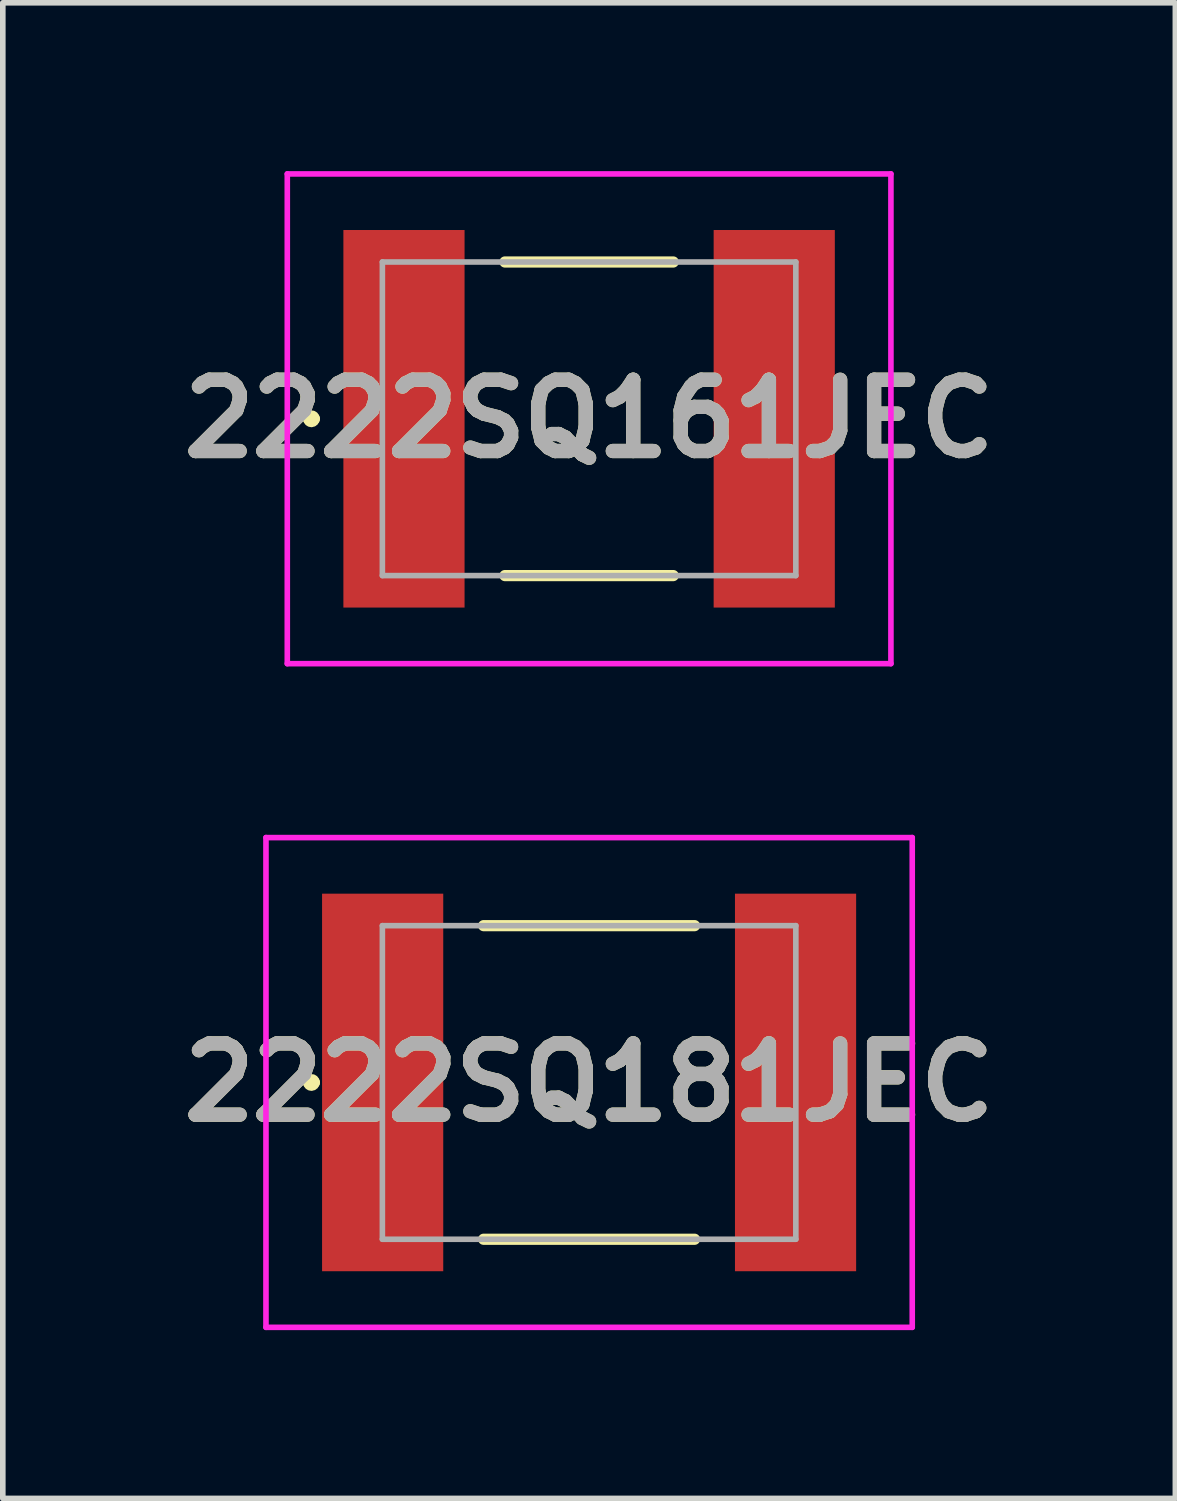
<source format=kicad_pcb>
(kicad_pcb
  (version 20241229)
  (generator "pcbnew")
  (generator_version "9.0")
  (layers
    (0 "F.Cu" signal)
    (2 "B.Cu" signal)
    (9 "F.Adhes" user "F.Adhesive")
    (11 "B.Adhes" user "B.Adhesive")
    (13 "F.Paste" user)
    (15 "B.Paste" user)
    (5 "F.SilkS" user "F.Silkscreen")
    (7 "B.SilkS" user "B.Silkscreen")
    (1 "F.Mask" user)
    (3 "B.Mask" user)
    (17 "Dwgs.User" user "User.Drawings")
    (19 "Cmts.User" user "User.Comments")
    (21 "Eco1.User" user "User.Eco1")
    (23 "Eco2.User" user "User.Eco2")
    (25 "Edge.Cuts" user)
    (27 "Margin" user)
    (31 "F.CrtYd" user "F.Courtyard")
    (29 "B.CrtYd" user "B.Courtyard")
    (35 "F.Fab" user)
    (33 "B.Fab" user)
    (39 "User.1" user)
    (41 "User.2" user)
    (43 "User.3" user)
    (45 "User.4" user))
  (footprint "2222SQ161JEC"
    (layer "F.Cu")
    (at 7.451 4.415)
    (property "Reference" "2222SQ161JEC" (at 0 0 0) (layer "F.SilkS") (effects (font (size 1.27 1.27) (thickness 0.254))))
    (attr smd)
    (fp_line (start -5 0) (end -5 0) (stroke (width 0.2) (type solid)) (layer "F.SilkS"))
    (fp_line (start -4.9 0) (end -4.9 0) (stroke (width 0.2) (type solid)) (layer "F.SilkS"))
    (fp_line (start -1.5 -2.795) (end 1.5 -2.795) (stroke (width 0.2) (type solid)) (layer "F.SilkS"))
    (fp_line (start -1.5 2.795) (end 1.5 2.795) (stroke (width 0.2) (type solid)) (layer "F.SilkS"))
    (fp_arc (start -5 0) (mid -4.95 -0.05) (end -4.9 0) (stroke (width 0.2) (type solid)) (layer "F.SilkS"))
    (fp_arc (start -4.9 0) (mid -4.95 0.05) (end -5 0) (stroke (width 0.2) (type solid)) (layer "F.SilkS"))
    (fp_line (start -5.38 -4.365) (end 5.38 -4.365) (stroke (width 0.1) (type solid)) (layer "F.CrtYd"))
    (fp_line (start -5.38 4.365) (end -5.38 -4.365) (stroke (width 0.1) (type solid)) (layer "F.CrtYd"))
    (fp_line (start 5.38 -4.365) (end 5.38 4.365) (stroke (width 0.1) (type solid)) (layer "F.CrtYd"))
    (fp_line (start 5.38 4.365) (end -5.38 4.365) (stroke (width 0.1) (type solid)) (layer "F.CrtYd"))
    (fp_line (start -3.685 -2.795) (end 3.685 -2.795) (stroke (width 0.1) (type solid)) (layer "F.Fab"))
    (fp_line (start -3.685 2.795) (end -3.685 -2.795) (stroke (width 0.1) (type solid)) (layer "F.Fab"))
    (fp_line (start 3.685 -2.795) (end 3.685 2.795) (stroke (width 0.1) (type solid)) (layer "F.Fab"))
    (fp_line (start 3.685 2.795) (end -3.685 2.795) (stroke (width 0.1) (type solid)) (layer "F.Fab"))
    (fp_text user "${REFERENCE}" (at 0 0 0) (layer "F.Fab") (effects (font (size 1.27 1.27) (thickness 0.254))))
    (pad "1" smd rect (at -3.3 0) (size 2.16 6.73) (layers "F.Cu" "F.Mask" "F.Paste"))
    (pad "2" smd rect (at 3.3 0) (size 2.16 6.73) (layers "F.Cu" "F.Mask" "F.Paste")))
  (footprint "2222SQ181JEC"
    (layer "F.Cu")
    (at 7.451 16.245)
    (property "Reference" "2222SQ181JEC" (at 0 0 0) (layer "F.SilkS") (effects (font (size 1.27 1.27) (thickness 0.254))))
    (attr smd)
    (fp_line (start -5 0) (end -5 0) (stroke (width 0.2) (type solid)) (layer "F.SilkS"))
    (fp_line (start -4.9 0) (end -4.9 0) (stroke (width 0.2) (type solid)) (layer "F.SilkS"))
    (fp_line (start -1.88 -2.795) (end 1.88 -2.795) (stroke (width 0.2) (type solid)) (layer "F.SilkS"))
    (fp_line (start -1.88 2.795) (end 1.88 2.795) (stroke (width 0.2) (type solid)) (layer "F.SilkS"))
    (fp_arc (start -5 0) (mid -4.95 -0.05) (end -4.9 0) (stroke (width 0.2) (type solid)) (layer "F.SilkS"))
    (fp_arc (start -4.9 0) (mid -4.95 0.05) (end -5 0) (stroke (width 0.2) (type solid)) (layer "F.SilkS"))
    (fp_line (start -5.76 -4.365) (end 5.76 -4.365) (stroke (width 0.1) (type solid)) (layer "F.CrtYd"))
    (fp_line (start -5.76 4.365) (end -5.76 -4.365) (stroke (width 0.1) (type solid)) (layer "F.CrtYd"))
    (fp_line (start 5.76 -4.365) (end 5.76 4.365) (stroke (width 0.1) (type solid)) (layer "F.CrtYd"))
    (fp_line (start 5.76 4.365) (end -5.76 4.365) (stroke (width 0.1) (type solid)) (layer "F.CrtYd"))
    (fp_line (start -3.685 -2.795) (end 3.685 -2.795) (stroke (width 0.1) (type solid)) (layer "F.Fab"))
    (fp_line (start -3.685 2.795) (end -3.685 -2.795) (stroke (width 0.1) (type solid)) (layer "F.Fab"))
    (fp_line (start 3.685 -2.795) (end 3.685 2.795) (stroke (width 0.1) (type solid)) (layer "F.Fab"))
    (fp_line (start 3.685 2.795) (end -3.685 2.795) (stroke (width 0.1) (type solid)) (layer "F.Fab"))
    (fp_text user "${REFERENCE}" (at 0 0 0) (layer "F.Fab") (effects (font (size 1.27 1.27) (thickness 0.254))))
    (pad "1" smd rect (at -3.68 0) (size 2.16 6.73) (layers "F.Cu" "F.Mask" "F.Paste"))
    (pad "2" smd rect (at 3.68 0) (size 2.16 6.73) (layers "F.Cu" "F.Mask" "F.Paste")))
  (gr_rect
    (start -3 -3)
    (end 17.901 23.66)
    (stroke (width 0.1) (type default))
    (fill no)
    (layer "Edge.Cuts")))
</source>
